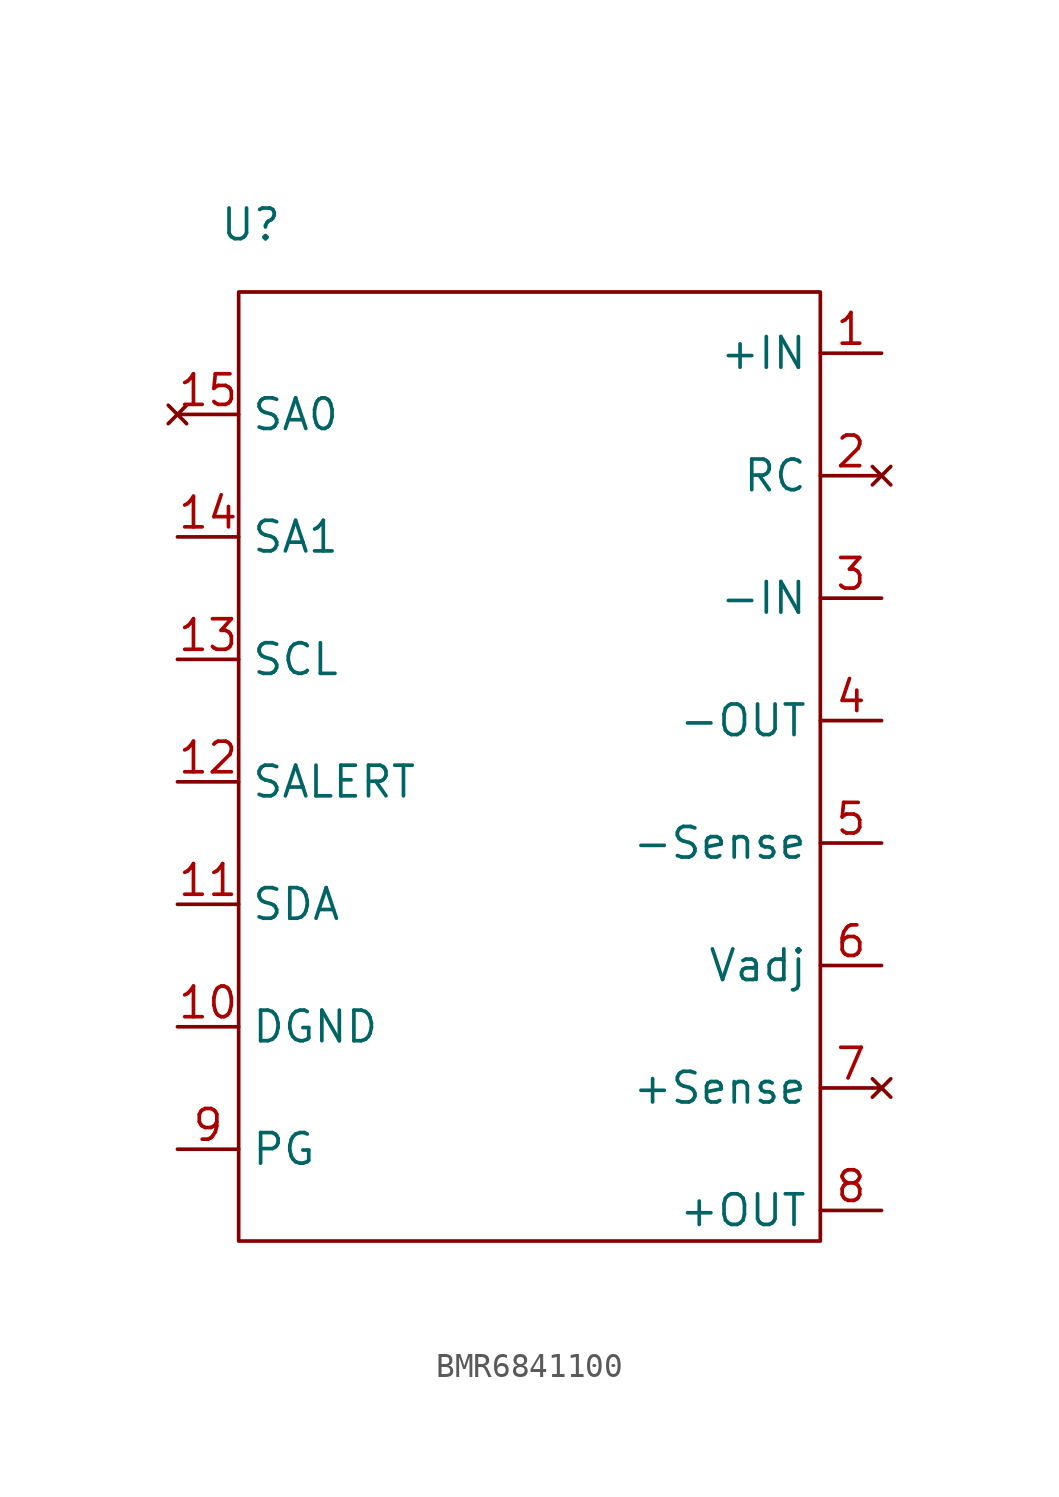
<source format=kicad_sym>
(kicad_symbol_lib
  (version 20231120)
  (generator "kicad_symbol_editor")
  (generator_version "8.0")
  (symbol "BMR6841100"
    (property "Reference" "U"
      (at 0.508 42.164 0)
      (effects (font (size 1.27 1.27))))
    (property "Value" ""
      (at 7.62 15.24 0)
      (effects (font (size 1.27 1.27))))
    (symbol "BMR6841100_0_1"
      (rectangle (start 0 39.37) (end 24.13 0) (stroke (width 0) (type default)) (fill (type none))))
    (symbol "BMR6841100_1_1"
      (pin power_in line (at 26.67 36.83 180) (length 2.54) (name "+IN" (effects (font (size 1.27 1.27)))) (number "1" (effects (font (size 1.27 1.27)))))
      (pin bidirectional line (at -2.54 8.89 0) (length 2.54) (name "DGND" (effects (font (size 1.27 1.27)))) (number "10" (effects (font (size 1.27 1.27)))))
      (pin bidirectional line (at -2.54 13.97 0) (length 2.54) (name "SDA" (effects (font (size 1.27 1.27)))) (number "11" (effects (font (size 1.27 1.27)))))
      (pin bidirectional line (at -2.54 19.05 0) (length 2.54) (name "SALERT" (effects (font (size 1.27 1.27)))) (number "12" (effects (font (size 1.27 1.27)))))
      (pin bidirectional line (at -2.54 24.13 0) (length 2.54) (name "SCL" (effects (font (size 1.27 1.27)))) (number "13" (effects (font (size 1.27 1.27)))))
      (pin input line (at -2.54 29.21 0) (length 2.54) (name "SA1" (effects (font (size 1.27 1.27)))) (number "14" (effects (font (size 1.27 1.27)))))
      (pin no_connect line (at -2.54 34.29 0) (length 2.54) (name "SA0" (effects (font (size 1.27 1.27)))) (number "15" (effects (font (size 1.27 1.27)))))
      (pin no_connect line (at 26.67 31.75 180) (length 2.54) (name "RC" (effects (font (size 1.27 1.27)))) (number "2" (effects (font (size 1.27 1.27)))))
      (pin power_in line (at 26.67 26.67 180) (length 2.54) (name "-IN" (effects (font (size 1.27 1.27)))) (number "3" (effects (font (size 1.27 1.27)))))
      (pin power_out line (at 26.67 21.59 180) (length 2.54) (name "-OUT" (effects (font (size 1.27 1.27)))) (number "4" (effects (font (size 1.27 1.27)))))
      (pin input line (at 26.67 16.51 180) (length 2.54) (name "-Sense" (effects (font (size 1.27 1.27)))) (number "5" (effects (font (size 1.27 1.27)))))
      (pin input line (at 26.67 11.43 180) (length 2.54) (name "Vadj" (effects (font (size 1.27 1.27)))) (number "6" (effects (font (size 1.27 1.27)))))
      (pin no_connect line (at 26.67 6.35 180) (length 2.54) (name "+Sense" (effects (font (size 1.27 1.27)))) (number "7" (effects (font (size 1.27 1.27)))))
      (pin power_out line (at 26.67 1.27 180) (length 2.54) (name "+OUT" (effects (font (size 1.27 1.27)))) (number "8" (effects (font (size 1.27 1.27)))))
      (pin bidirectional line (at -2.54 3.81 0) (length 2.54) (name "PG" (effects (font (size 1.27 1.27)))) (number "9" (effects (font (size 1.27 1.27))))))))
</source>
